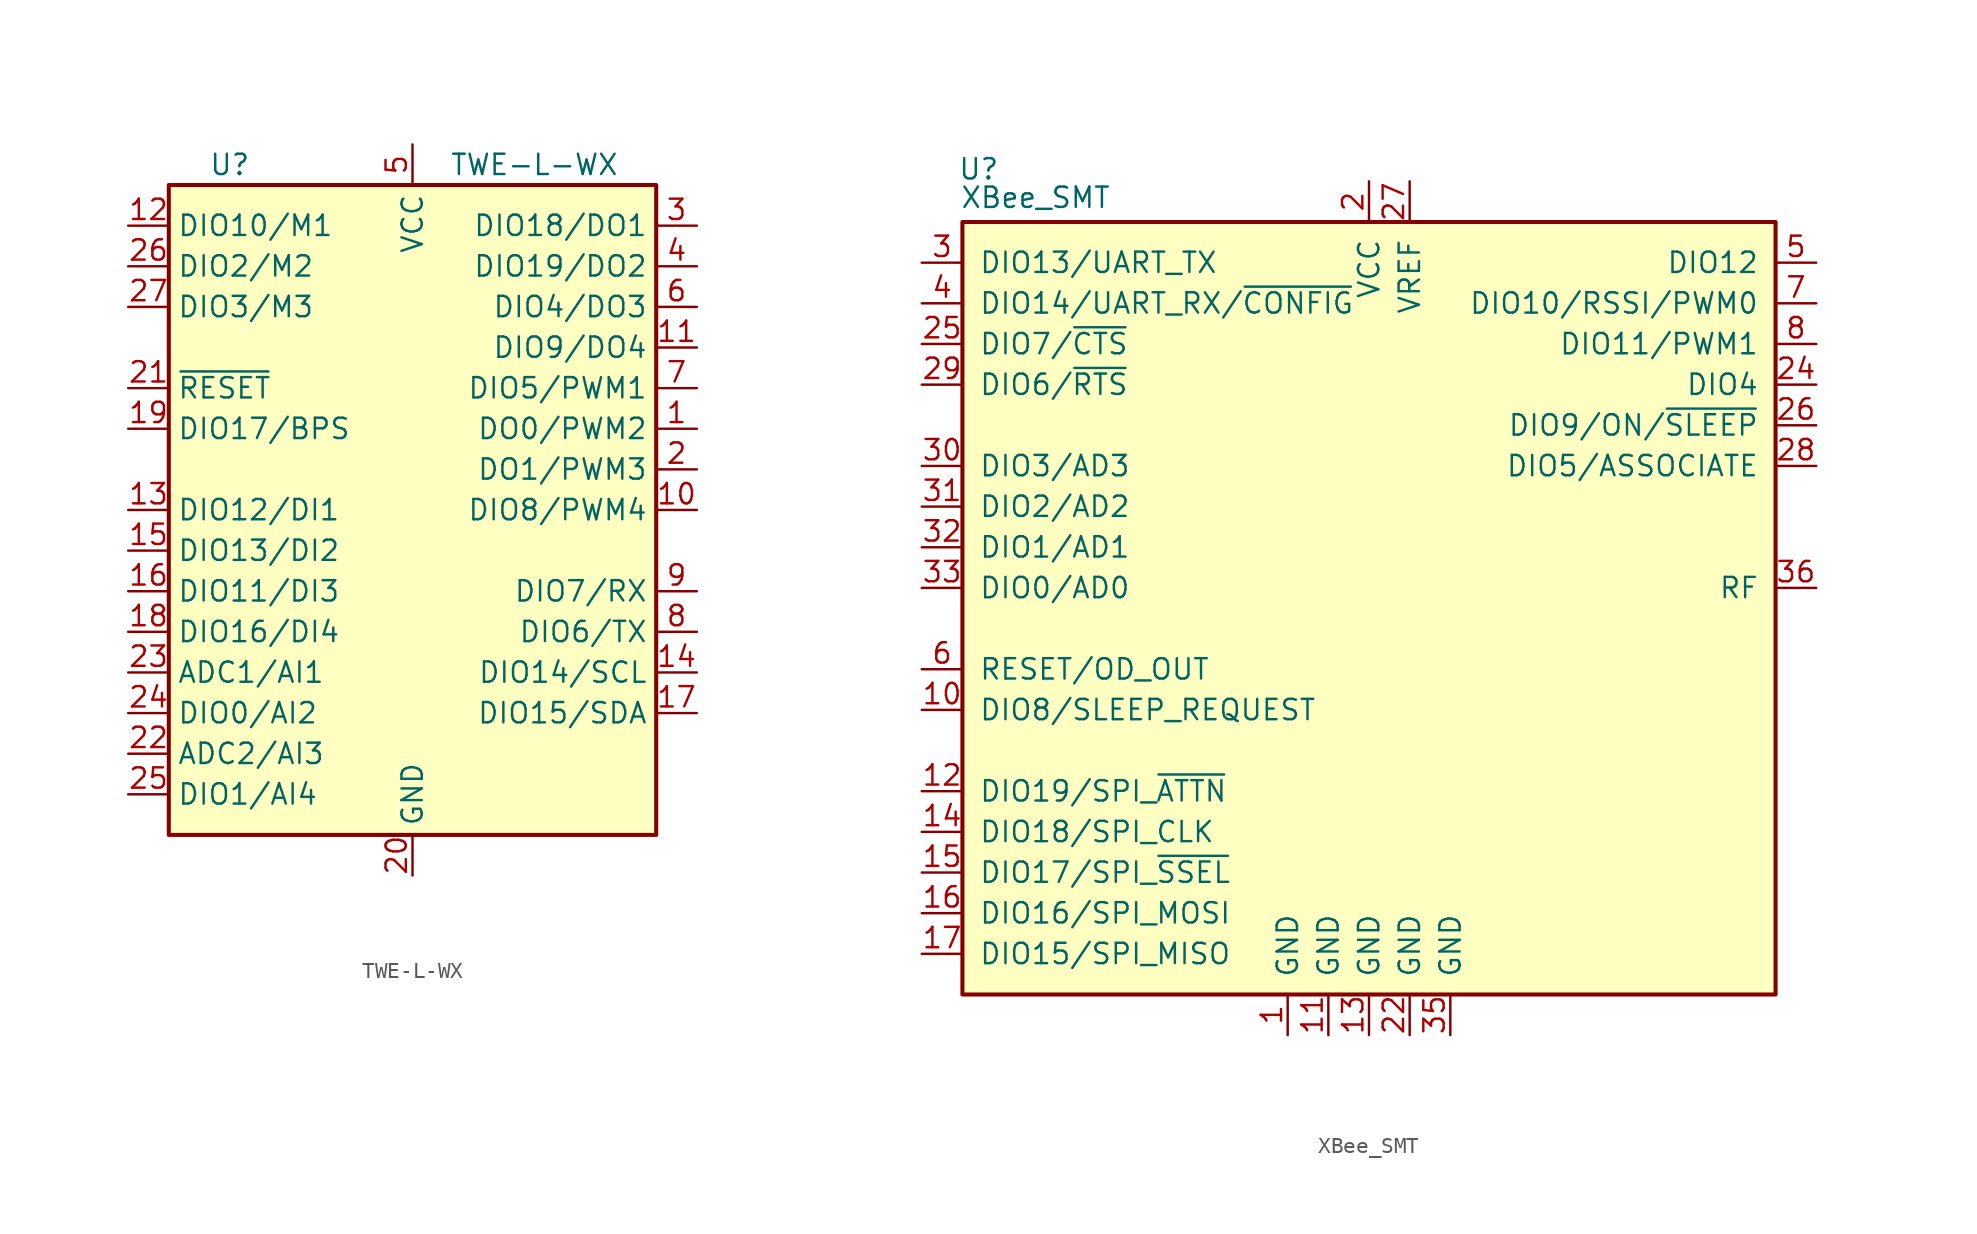
<source format=kicad_sym>
(kicad_symbol_lib
  (version 20231120)
  (generator "kicad_symbol_editor")
  (generator_version "8.0")
  (symbol "TWE-L-WX"
    (property "Reference" "U"
      (at -11.43 21.59 0)
      (effects (font (size 1.27 1.27))))
    (property "Value" "TWE-L-WX"
      (at 7.62 21.59 0)
      (effects (font (size 1.27 1.27))))
    (symbol "TWE-L-WX_1_0"
      (rectangle (start -15.24 -20.32) (end 15.24 20.32) (stroke (width 0.254) (type default)) (fill (type background))))
    (symbol "TWE-L-WX_1_1"
      (pin output line (at 17.78 5.08 180) (length 2.54) (name "DO0/PWM2" (effects (font (size 1.27 1.27)))) (number "1" (effects (font (size 1.27 1.27)))))
      (pin bidirectional line (at 17.78 0 180) (length 2.54) (name "DIO8/PWM4" (effects (font (size 1.27 1.27)))) (number "10" (effects (font (size 1.27 1.27)))))
      (pin bidirectional line (at 17.78 10.16 180) (length 2.54) (name "DIO9/DO4" (effects (font (size 1.27 1.27)))) (number "11" (effects (font (size 1.27 1.27)))))
      (pin bidirectional line (at -17.78 17.78 0) (length 2.54) (name "DIO10/M1" (effects (font (size 1.27 1.27)))) (number "12" (effects (font (size 1.27 1.27)))))
      (pin bidirectional line (at -17.78 0 0) (length 2.54) (name "DIO12/DI1" (effects (font (size 1.27 1.27)))) (number "13" (effects (font (size 1.27 1.27)))))
      (pin bidirectional line (at 17.78 -10.16 180) (length 2.54) (name "DIO14/SCL" (effects (font (size 1.27 1.27)))) (number "14" (effects (font (size 1.27 1.27)))))
      (pin bidirectional line (at -17.78 -2.54 0) (length 2.54) (name "DIO13/DI2" (effects (font (size 1.27 1.27)))) (number "15" (effects (font (size 1.27 1.27)))))
      (pin bidirectional line (at -17.78 -5.08 0) (length 2.54) (name "DIO11/DI3" (effects (font (size 1.27 1.27)))) (number "16" (effects (font (size 1.27 1.27)))))
      (pin bidirectional line (at 17.78 -12.7 180) (length 2.54) (name "DIO15/SDA" (effects (font (size 1.27 1.27)))) (number "17" (effects (font (size 1.27 1.27)))))
      (pin bidirectional line (at -17.78 -7.62 0) (length 2.54) (name "DIO16/DI4" (effects (font (size 1.27 1.27)))) (number "18" (effects (font (size 1.27 1.27)))))
      (pin bidirectional line (at -17.78 5.08 0) (length 2.54) (name "DIO17/BPS" (effects (font (size 1.27 1.27)))) (number "19" (effects (font (size 1.27 1.27)))))
      (pin bidirectional line (at 17.78 2.54 180) (length 2.54) (name "DO1/PWM3" (effects (font (size 1.27 1.27)))) (number "2" (effects (font (size 1.27 1.27)))))
      (pin power_in line (at 0 -22.86 90) (length 2.54) (name "GND" (effects (font (size 1.27 1.27)))) (number "20" (effects (font (size 1.27 1.27)))))
      (pin input line (at -17.78 7.62 0) (length 2.54) (name "~{RESET}" (effects (font (size 1.27 1.27)))) (number "21" (effects (font (size 1.27 1.27)))))
      (pin input line (at -17.78 -15.24 0) (length 2.54) (name "ADC2/AI3" (effects (font (size 1.27 1.27)))) (number "22" (effects (font (size 1.27 1.27)))))
      (pin input line (at -17.78 -10.16 0) (length 2.54) (name "ADC1/AI1" (effects (font (size 1.27 1.27)))) (number "23" (effects (font (size 1.27 1.27)))))
      (pin bidirectional line (at -17.78 -12.7 0) (length 2.54) (name "DIO0/AI2" (effects (font (size 1.27 1.27)))) (number "24" (effects (font (size 1.27 1.27)))))
      (pin bidirectional line (at -17.78 -17.78 0) (length 2.54) (name "DIO1/AI4" (effects (font (size 1.27 1.27)))) (number "25" (effects (font (size 1.27 1.27)))))
      (pin bidirectional line (at -17.78 15.24 0) (length 2.54) (name "DIO2/M2" (effects (font (size 1.27 1.27)))) (number "26" (effects (font (size 1.27 1.27)))))
      (pin bidirectional line (at -17.78 12.7 0) (length 2.54) (name "DIO3/M3" (effects (font (size 1.27 1.27)))) (number "27" (effects (font (size 1.27 1.27)))))
      (pin passive line (at 0 -22.86 90) (length 2.54) hide (name "GND" (effects (font (size 1.27 1.27)))) (number "28" (effects (font (size 1.27 1.27)))))
      (pin no_connect line (at 15.24 -17.78 180) (length 2.54) hide (name "NC" (effects (font (size 1.27 1.27)))) (number "29" (effects (font (size 1.27 1.27)))))
      (pin bidirectional line (at 17.78 17.78 180) (length 2.54) (name "DIO18/DO1" (effects (font (size 1.27 1.27)))) (number "3" (effects (font (size 1.27 1.27)))))
      (pin passive line (at 0 -22.86 90) (length 2.54) hide (name "GND" (effects (font (size 1.27 1.27)))) (number "30" (effects (font (size 1.27 1.27)))))
      (pin passive line (at 0 -22.86 90) (length 2.54) hide (name "GND" (effects (font (size 1.27 1.27)))) (number "31" (effects (font (size 1.27 1.27)))))
      (pin passive line (at 0 -22.86 90) (length 2.54) hide (name "GND" (effects (font (size 1.27 1.27)))) (number "32" (effects (font (size 1.27 1.27)))))
      (pin bidirectional line (at 17.78 15.24 180) (length 2.54) (name "DIO19/DO2" (effects (font (size 1.27 1.27)))) (number "4" (effects (font (size 1.27 1.27)))))
      (pin power_in line (at 0 22.86 270) (length 2.54) (name "VCC" (effects (font (size 1.27 1.27)))) (number "5" (effects (font (size 1.27 1.27)))))
      (pin bidirectional line (at 17.78 12.7 180) (length 2.54) (name "DIO4/DO3" (effects (font (size 1.27 1.27)))) (number "6" (effects (font (size 1.27 1.27)))))
      (pin bidirectional line (at 17.78 7.62 180) (length 2.54) (name "DIO5/PWM1" (effects (font (size 1.27 1.27)))) (number "7" (effects (font (size 1.27 1.27)))))
      (pin bidirectional line (at 17.78 -7.62 180) (length 2.54) (name "DIO6/TX" (effects (font (size 1.27 1.27)))) (number "8" (effects (font (size 1.27 1.27)))))
      (pin bidirectional line (at 17.78 -5.08 180) (length 2.54) (name "DIO7/RX" (effects (font (size 1.27 1.27)))) (number "9" (effects (font (size 1.27 1.27)))))))
  (symbol "XBee_SMT"
    (pin_names
      (offset 1.016))
    (property "Reference" "U"
      (at -24.384 26.162 0)
      (effects (font (size 1.27 1.27))))
    (property "Value" "XBee_SMT"
      (at -20.828 24.384 0)
      (effects (font (size 1.27 1.27))))
    (symbol "XBee_SMT_0_1"
      (rectangle (start -25.4 22.86) (end 25.4 -25.4) (stroke (width 0.254) (type default)) (fill (type background))))
    (symbol "XBee_SMT_1_1"
      (pin power_in line (at -5.08 -27.94 90) (length 2.54) (name "GND" (effects (font (size 1.27 1.27)))) (number "1" (effects (font (size 1.27 1.27)))))
      (pin bidirectional line (at -27.94 -7.62 0) (length 2.54) (name "DIO8/SLEEP_REQUEST" (effects (font (size 1.27 1.27)))) (number "10" (effects (font (size 1.27 1.27)))))
      (pin power_in line (at -2.54 -27.94 90) (length 2.54) (name "GND" (effects (font (size 1.27 1.27)))) (number "11" (effects (font (size 1.27 1.27)))))
      (pin output line (at -27.94 -12.7 0) (length 2.54) (name "DIO19/SPI_~{ATTN}" (effects (font (size 1.27 1.27)))) (number "12" (effects (font (size 1.27 1.27)))))
      (pin power_in line (at 0 -27.94 90) (length 2.54) (name "GND" (effects (font (size 1.27 1.27)))) (number "13" (effects (font (size 1.27 1.27)))))
      (pin input line (at -27.94 -15.24 0) (length 2.54) (name "DIO18/SPI_CLK" (effects (font (size 1.27 1.27)))) (number "14" (effects (font (size 1.27 1.27)))))
      (pin input line (at -27.94 -17.78 0) (length 2.54) (name "DIO17/SPI_~{SSEL}" (effects (font (size 1.27 1.27)))) (number "15" (effects (font (size 1.27 1.27)))))
      (pin input line (at -27.94 -20.32 0) (length 2.54) (name "DIO16/SPI_MOSI" (effects (font (size 1.27 1.27)))) (number "16" (effects (font (size 1.27 1.27)))))
      (pin output line (at -27.94 -22.86 0) (length 2.54) (name "DIO15/SPI_MISO" (effects (font (size 1.27 1.27)))) (number "17" (effects (font (size 1.27 1.27)))))
      (pin no_connect line (at 25.4 -20.32 180) (length 2.54) hide (name "NC" (effects (font (size 1.27 1.27)))) (number "18" (effects (font (size 1.27 1.27)))))
      (pin no_connect line (at 25.4 -17.78 180) (length 2.54) hide (name "NC" (effects (font (size 1.27 1.27)))) (number "19" (effects (font (size 1.27 1.27)))))
      (pin power_in line (at 0 25.4 270) (length 2.54) (name "VCC" (effects (font (size 1.27 1.27)))) (number "2" (effects (font (size 1.27 1.27)))))
      (pin no_connect line (at 25.4 -15.24 180) (length 2.54) hide (name "NC" (effects (font (size 1.27 1.27)))) (number "20" (effects (font (size 1.27 1.27)))))
      (pin no_connect line (at 25.4 -12.7 180) (length 2.54) hide (name "NC" (effects (font (size 1.27 1.27)))) (number "21" (effects (font (size 1.27 1.27)))))
      (pin power_in line (at 2.54 -27.94 90) (length 2.54) (name "GND" (effects (font (size 1.27 1.27)))) (number "22" (effects (font (size 1.27 1.27)))))
      (pin no_connect line (at 25.4 -10.16 180) (length 2.54) hide (name "NC" (effects (font (size 1.27 1.27)))) (number "23" (effects (font (size 1.27 1.27)))))
      (pin bidirectional line (at 27.94 12.7 180) (length 2.54) (name "DIO4" (effects (font (size 1.27 1.27)))) (number "24" (effects (font (size 1.27 1.27)))))
      (pin bidirectional line (at -27.94 15.24 0) (length 2.54) (name "DIO7/~{CTS}" (effects (font (size 1.27 1.27)))) (number "25" (effects (font (size 1.27 1.27)))))
      (pin bidirectional line (at 27.94 10.16 180) (length 2.54) (name "DIO9/ON/~{SLEEP}" (effects (font (size 1.27 1.27)))) (number "26" (effects (font (size 1.27 1.27)))))
      (pin input line (at 2.54 25.4 270) (length 2.54) (name "VREF" (effects (font (size 1.27 1.27)))) (number "27" (effects (font (size 1.27 1.27)))))
      (pin bidirectional line (at 27.94 7.62 180) (length 2.54) (name "DIO5/ASSOCIATE" (effects (font (size 1.27 1.27)))) (number "28" (effects (font (size 1.27 1.27)))))
      (pin bidirectional line (at -27.94 12.7 0) (length 2.54) (name "DIO6/~{RTS}" (effects (font (size 1.27 1.27)))) (number "29" (effects (font (size 1.27 1.27)))))
      (pin bidirectional line (at -27.94 20.32 0) (length 2.54) (name "DIO13/UART_TX" (effects (font (size 1.27 1.27)))) (number "3" (effects (font (size 1.27 1.27)))))
      (pin bidirectional line (at -27.94 7.62 0) (length 2.54) (name "DIO3/AD3" (effects (font (size 1.27 1.27)))) (number "30" (effects (font (size 1.27 1.27)))))
      (pin bidirectional line (at -27.94 5.08 0) (length 2.54) (name "DIO2/AD2" (effects (font (size 1.27 1.27)))) (number "31" (effects (font (size 1.27 1.27)))))
      (pin bidirectional line (at -27.94 2.54 0) (length 2.54) (name "DIO1/AD1" (effects (font (size 1.27 1.27)))) (number "32" (effects (font (size 1.27 1.27)))))
      (pin bidirectional line (at -27.94 0 0) (length 2.54) (name "DIO0/AD0" (effects (font (size 1.27 1.27)))) (number "33" (effects (font (size 1.27 1.27)))))
      (pin no_connect line (at 25.4 -7.62 180) (length 2.54) hide (name "NC" (effects (font (size 1.27 1.27)))) (number "34" (effects (font (size 1.27 1.27)))))
      (pin power_in line (at 5.08 -27.94 90) (length 2.54) (name "GND" (effects (font (size 1.27 1.27)))) (number "35" (effects (font (size 1.27 1.27)))))
      (pin bidirectional line (at 27.94 0 180) (length 2.54) (name "RF" (effects (font (size 1.27 1.27)))) (number "36" (effects (font (size 1.27 1.27)))))
      (pin no_connect line (at 25.4 -5.08 180) (length 2.54) hide (name "NC" (effects (font (size 1.27 1.27)))) (number "37" (effects (font (size 1.27 1.27)))))
      (pin bidirectional line (at -27.94 17.78 0) (length 2.54) (name "DIO14/UART_RX/~{CONFIG}" (effects (font (size 1.27 1.27)))) (number "4" (effects (font (size 1.27 1.27)))))
      (pin bidirectional line (at 27.94 20.32 180) (length 2.54) (name "DIO12" (effects (font (size 1.27 1.27)))) (number "5" (effects (font (size 1.27 1.27)))))
      (pin bidirectional line (at -27.94 -5.08 0) (length 2.54) (name "RESET/OD_OUT" (effects (font (size 1.27 1.27)))) (number "6" (effects (font (size 1.27 1.27)))))
      (pin bidirectional line (at 27.94 17.78 180) (length 2.54) (name "DIO10/RSSI/PWM0" (effects (font (size 1.27 1.27)))) (number "7" (effects (font (size 1.27 1.27)))))
      (pin bidirectional line (at 27.94 15.24 180) (length 2.54) (name "DIO11/PWM1" (effects (font (size 1.27 1.27)))) (number "8" (effects (font (size 1.27 1.27)))))
      (pin no_connect line (at 25.4 -22.86 180) (length 2.54) hide (name "NC" (effects (font (size 1.27 1.27)))) (number "9" (effects (font (size 1.27 1.27))))))))
</source>
